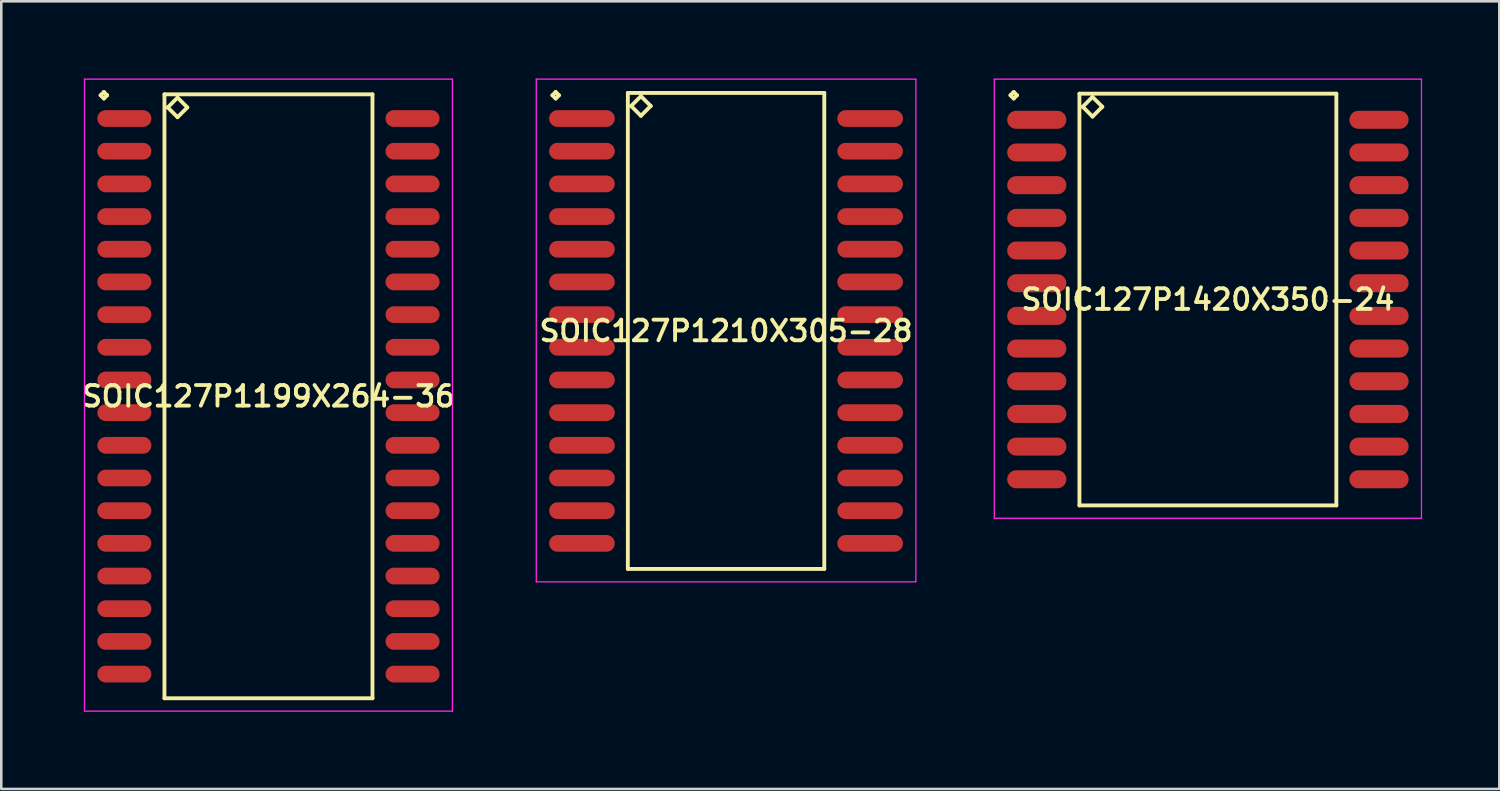
<source format=kicad_pcb>
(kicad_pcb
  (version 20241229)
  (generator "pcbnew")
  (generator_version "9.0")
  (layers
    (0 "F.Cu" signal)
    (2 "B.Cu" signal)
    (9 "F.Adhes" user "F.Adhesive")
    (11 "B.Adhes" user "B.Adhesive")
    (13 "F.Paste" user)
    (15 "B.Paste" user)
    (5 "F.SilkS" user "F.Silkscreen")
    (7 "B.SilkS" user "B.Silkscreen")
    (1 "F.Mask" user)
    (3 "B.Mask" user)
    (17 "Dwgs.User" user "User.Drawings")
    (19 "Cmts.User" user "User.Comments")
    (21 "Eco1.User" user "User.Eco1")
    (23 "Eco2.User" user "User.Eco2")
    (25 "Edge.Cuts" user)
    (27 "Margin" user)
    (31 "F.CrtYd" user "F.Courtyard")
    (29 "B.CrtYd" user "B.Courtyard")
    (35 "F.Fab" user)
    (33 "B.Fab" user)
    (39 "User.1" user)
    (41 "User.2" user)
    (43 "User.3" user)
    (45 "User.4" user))
  (footprint "SOIC127P1199X264-36"
    (layer "F.Cu")
    (at 7.383 12.351)
    (property "Reference" "SOIC127P1199X264-36" (at 0 0 0) (layer "F.SilkS") (effects (font (size 0.8 0.8) (thickness 0.15))))
    (attr smd)
    (fp_line (start -6.523 -11.699) (end -6.396 -11.826) (stroke (width 0.15) (type solid)) (layer "F.SilkS"))
    (fp_line (start -6.396 -11.826) (end -6.269 -11.699) (stroke (width 0.15) (type solid)) (layer "F.SilkS"))
    (fp_line (start -6.396 -11.572) (end -6.523 -11.699) (stroke (width 0.15) (type solid)) (layer "F.SilkS"))
    (fp_line (start -6.269 -11.699) (end -6.396 -11.572) (stroke (width 0.15) (type solid)) (layer "F.SilkS"))
    (fp_line (start -4.042 -11.735) (end -4.042 11.735) (stroke (width 0.15) (type solid)) (layer "F.SilkS"))
    (fp_line (start -4.042 11.735) (end 4.042 11.735) (stroke (width 0.15) (type solid)) (layer "F.SilkS"))
    (fp_line (start -3.915 -11.227) (end -3.534 -11.608) (stroke (width 0.15) (type solid)) (layer "F.SilkS"))
    (fp_line (start -3.534 -11.608) (end -3.153 -11.227) (stroke (width 0.15) (type solid)) (layer "F.SilkS"))
    (fp_line (start -3.534 -10.846) (end -3.915 -11.227) (stroke (width 0.15) (type solid)) (layer "F.SilkS"))
    (fp_line (start -3.153 -11.227) (end -3.534 -10.846) (stroke (width 0.15) (type solid)) (layer "F.SilkS"))
    (fp_line (start 4.042 -11.735) (end -4.042 -11.735) (stroke (width 0.15) (type solid)) (layer "F.SilkS"))
    (fp_line (start 4.042 11.735) (end 4.042 -11.735) (stroke (width 0.15) (type solid)) (layer "F.SilkS"))
    (fp_line (start -7.15 -12.326) (end 7.15 -12.326) (stroke (width 0.05) (type solid)) (layer "F.CrtYd"))
    (fp_line (start -7.15 12.235) (end -7.15 -12.326) (stroke (width 0.05) (type solid)) (layer "F.CrtYd"))
    (fp_line (start 7.15 -12.326) (end 7.15 12.235) (stroke (width 0.05) (type solid)) (layer "F.CrtYd"))
    (fp_line (start 7.15 12.235) (end -7.15 12.235) (stroke (width 0.05) (type solid)) (layer "F.CrtYd"))
    (pad "1" smd oval (at -5.6 -10.795) (size 2.1 0.65) (layers "F.Cu" "F.Mask" "F.Paste"))
    (pad "2" smd oval (at -5.6 -9.525) (size 2.1 0.65) (layers "F.Cu" "F.Mask" "F.Paste"))
    (pad "3" smd oval (at -5.6 -8.255) (size 2.1 0.65) (layers "F.Cu" "F.Mask" "F.Paste"))
    (pad "4" smd oval (at -5.6 -6.985) (size 2.1 0.65) (layers "F.Cu" "F.Mask" "F.Paste"))
    (pad "5" smd oval (at -5.6 -5.715) (size 2.1 0.65) (layers "F.Cu" "F.Mask" "F.Paste"))
    (pad "6" smd oval (at -5.6 -4.445) (size 2.1 0.65) (layers "F.Cu" "F.Mask" "F.Paste"))
    (pad "7" smd oval (at -5.6 -3.175) (size 2.1 0.65) (layers "F.Cu" "F.Mask" "F.Paste"))
    (pad "8" smd oval (at -5.6 -1.905) (size 2.1 0.65) (layers "F.Cu" "F.Mask" "F.Paste"))
    (pad "9" smd oval (at -5.6 -0.635) (size 2.1 0.65) (layers "F.Cu" "F.Mask" "F.Paste"))
    (pad "10" smd oval (at -5.6 0.635) (size 2.1 0.65) (layers "F.Cu" "F.Mask" "F.Paste"))
    (pad "11" smd oval (at -5.6 1.905) (size 2.1 0.65) (layers "F.Cu" "F.Mask" "F.Paste"))
    (pad "12" smd oval (at -5.6 3.175) (size 2.1 0.65) (layers "F.Cu" "F.Mask" "F.Paste"))
    (pad "13" smd oval (at -5.6 4.445) (size 2.1 0.65) (layers "F.Cu" "F.Mask" "F.Paste"))
    (pad "14" smd oval (at -5.6 5.715) (size 2.1 0.65) (layers "F.Cu" "F.Mask" "F.Paste"))
    (pad "15" smd oval (at -5.6 6.985) (size 2.1 0.65) (layers "F.Cu" "F.Mask" "F.Paste"))
    (pad "16" smd oval (at -5.6 8.255) (size 2.1 0.65) (layers "F.Cu" "F.Mask" "F.Paste"))
    (pad "17" smd oval (at -5.6 9.525) (size 2.1 0.65) (layers "F.Cu" "F.Mask" "F.Paste"))
    (pad "18" smd oval (at -5.6 10.795) (size 2.1 0.65) (layers "F.Cu" "F.Mask" "F.Paste"))
    (pad "19" smd oval (at 5.6 10.795) (size 2.1 0.65) (layers "F.Cu" "F.Mask" "F.Paste"))
    (pad "20" smd oval (at 5.6 9.525) (size 2.1 0.65) (layers "F.Cu" "F.Mask" "F.Paste"))
    (pad "21" smd oval (at 5.6 8.255) (size 2.1 0.65) (layers "F.Cu" "F.Mask" "F.Paste"))
    (pad "22" smd oval (at 5.6 6.985) (size 2.1 0.65) (layers "F.Cu" "F.Mask" "F.Paste"))
    (pad "23" smd oval (at 5.6 5.715) (size 2.1 0.65) (layers "F.Cu" "F.Mask" "F.Paste"))
    (pad "24" smd oval (at 5.6 4.445) (size 2.1 0.65) (layers "F.Cu" "F.Mask" "F.Paste"))
    (pad "25" smd oval (at 5.6 3.175) (size 2.1 0.65) (layers "F.Cu" "F.Mask" "F.Paste"))
    (pad "26" smd oval (at 5.6 1.905) (size 2.1 0.65) (layers "F.Cu" "F.Mask" "F.Paste"))
    (pad "27" smd oval (at 5.6 0.635) (size 2.1 0.65) (layers "F.Cu" "F.Mask" "F.Paste"))
    (pad "28" smd oval (at 5.6 -0.635) (size 2.1 0.65) (layers "F.Cu" "F.Mask" "F.Paste"))
    (pad "29" smd oval (at 5.6 -1.905) (size 2.1 0.65) (layers "F.Cu" "F.Mask" "F.Paste"))
    (pad "30" smd oval (at 5.6 -3.175) (size 2.1 0.65) (layers "F.Cu" "F.Mask" "F.Paste"))
    (pad "31" smd oval (at 5.6 -4.445) (size 2.1 0.65) (layers "F.Cu" "F.Mask" "F.Paste"))
    (pad "32" smd oval (at 5.6 -5.715) (size 2.1 0.65) (layers "F.Cu" "F.Mask" "F.Paste"))
    (pad "33" smd oval (at 5.6 -6.985) (size 2.1 0.65) (layers "F.Cu" "F.Mask" "F.Paste"))
    (pad "34" smd oval (at 5.6 -8.255) (size 2.1 0.65) (layers "F.Cu" "F.Mask" "F.Paste"))
    (pad "35" smd oval (at 5.6 -9.525) (size 2.1 0.65) (layers "F.Cu" "F.Mask" "F.Paste"))
    (pad "36" smd oval (at 5.6 -10.795) (size 2.1 0.65) (layers "F.Cu" "F.Mask" "F.Paste")))
  (footprint "SOIC127P1420X350-24"
    (layer "F.Cu")
    (at 43.891 8.591)
    (property "Reference" "SOIC127P1420X350-24" (at 0 0 0) (layer "F.SilkS") (effects (font (size 0.8 0.8) (thickness 0.15))))
    (attr smd)
    (fp_line (start -7.673 -7.939) (end -7.546 -8.066) (stroke (width 0.15) (type solid)) (layer "F.SilkS"))
    (fp_line (start -7.546 -8.066) (end -7.419 -7.939) (stroke (width 0.15) (type solid)) (layer "F.SilkS"))
    (fp_line (start -7.546 -7.812) (end -7.673 -7.939) (stroke (width 0.15) (type solid)) (layer "F.SilkS"))
    (fp_line (start -7.419 -7.939) (end -7.546 -7.812) (stroke (width 0.15) (type solid)) (layer "F.SilkS"))
    (fp_line (start -4.992 -8) (end -4.992 8) (stroke (width 0.15) (type solid)) (layer "F.SilkS"))
    (fp_line (start -4.992 8) (end 4.992 8) (stroke (width 0.15) (type solid)) (layer "F.SilkS"))
    (fp_line (start -4.865 -7.492) (end -4.484 -7.873) (stroke (width 0.15) (type solid)) (layer "F.SilkS"))
    (fp_line (start -4.484 -7.873) (end -4.103 -7.492) (stroke (width 0.15) (type solid)) (layer "F.SilkS"))
    (fp_line (start -4.484 -7.111) (end -4.865 -7.492) (stroke (width 0.15) (type solid)) (layer "F.SilkS"))
    (fp_line (start -4.103 -7.492) (end -4.484 -7.111) (stroke (width 0.15) (type solid)) (layer "F.SilkS"))
    (fp_line (start 4.992 -8) (end -4.992 -8) (stroke (width 0.15) (type solid)) (layer "F.SilkS"))
    (fp_line (start 4.992 8) (end 4.992 -8) (stroke (width 0.15) (type solid)) (layer "F.SilkS"))
    (fp_line (start -8.3 -8.566) (end 8.3 -8.566) (stroke (width 0.05) (type solid)) (layer "F.CrtYd"))
    (fp_line (start -8.3 8.5) (end -8.3 -8.566) (stroke (width 0.05) (type solid)) (layer "F.CrtYd"))
    (fp_line (start 8.3 -8.566) (end 8.3 8.5) (stroke (width 0.05) (type solid)) (layer "F.CrtYd"))
    (fp_line (start 8.3 8.5) (end -8.3 8.5) (stroke (width 0.05) (type solid)) (layer "F.CrtYd"))
    (pad "1" smd oval (at -6.65 -6.985) (size 2.3 0.7) (layers "F.Cu" "F.Mask" "F.Paste"))
    (pad "2" smd oval (at -6.65 -5.715) (size 2.3 0.7) (layers "F.Cu" "F.Mask" "F.Paste"))
    (pad "3" smd oval (at -6.65 -4.445) (size 2.3 0.7) (layers "F.Cu" "F.Mask" "F.Paste"))
    (pad "4" smd oval (at -6.65 -3.175) (size 2.3 0.7) (layers "F.Cu" "F.Mask" "F.Paste"))
    (pad "5" smd oval (at -6.65 -1.905) (size 2.3 0.7) (layers "F.Cu" "F.Mask" "F.Paste"))
    (pad "6" smd oval (at -6.65 -0.635) (size 2.3 0.7) (layers "F.Cu" "F.Mask" "F.Paste"))
    (pad "7" smd oval (at -6.65 0.635) (size 2.3 0.7) (layers "F.Cu" "F.Mask" "F.Paste"))
    (pad "8" smd oval (at -6.65 1.905) (size 2.3 0.7) (layers "F.Cu" "F.Mask" "F.Paste"))
    (pad "9" smd oval (at -6.65 3.175) (size 2.3 0.7) (layers "F.Cu" "F.Mask" "F.Paste"))
    (pad "10" smd oval (at -6.65 4.445) (size 2.3 0.7) (layers "F.Cu" "F.Mask" "F.Paste"))
    (pad "11" smd oval (at -6.65 5.715) (size 2.3 0.7) (layers "F.Cu" "F.Mask" "F.Paste"))
    (pad "12" smd oval (at -6.65 6.985) (size 2.3 0.7) (layers "F.Cu" "F.Mask" "F.Paste"))
    (pad "13" smd oval (at 6.65 6.985) (size 2.3 0.7) (layers "F.Cu" "F.Mask" "F.Paste"))
    (pad "14" smd oval (at 6.65 5.715) (size 2.3 0.7) (layers "F.Cu" "F.Mask" "F.Paste"))
    (pad "15" smd oval (at 6.65 4.445) (size 2.3 0.7) (layers "F.Cu" "F.Mask" "F.Paste"))
    (pad "16" smd oval (at 6.65 3.175) (size 2.3 0.7) (layers "F.Cu" "F.Mask" "F.Paste"))
    (pad "17" smd oval (at 6.65 1.905) (size 2.3 0.7) (layers "F.Cu" "F.Mask" "F.Paste"))
    (pad "18" smd oval (at 6.65 0.635) (size 2.3 0.7) (layers "F.Cu" "F.Mask" "F.Paste"))
    (pad "19" smd oval (at 6.65 -0.635) (size 2.3 0.7) (layers "F.Cu" "F.Mask" "F.Paste"))
    (pad "20" smd oval (at 6.65 -1.905) (size 2.3 0.7) (layers "F.Cu" "F.Mask" "F.Paste"))
    (pad "21" smd oval (at 6.65 -3.175) (size 2.3 0.7) (layers "F.Cu" "F.Mask" "F.Paste"))
    (pad "22" smd oval (at 6.65 -4.445) (size 2.3 0.7) (layers "F.Cu" "F.Mask" "F.Paste"))
    (pad "23" smd oval (at 6.65 -5.715) (size 2.3 0.7) (layers "F.Cu" "F.Mask" "F.Paste"))
    (pad "24" smd oval (at 6.65 -6.985) (size 2.3 0.7) (layers "F.Cu" "F.Mask" "F.Paste")))
  (footprint "SOIC127P1210X305-28"
    (layer "F.Cu")
    (at 25.166 9.811)
    (property "Reference" "SOIC127P1210X305-28" (at 0 0 0) (layer "F.SilkS") (effects (font (size 0.8 0.8) (thickness 0.15))))
    (attr smd)
    (fp_line (start -6.748 -9.159) (end -6.621 -9.286) (stroke (width 0.15) (type solid)) (layer "F.SilkS"))
    (fp_line (start -6.621 -9.286) (end -6.494 -9.159) (stroke (width 0.15) (type solid)) (layer "F.SilkS"))
    (fp_line (start -6.621 -9.032) (end -6.748 -9.159) (stroke (width 0.15) (type solid)) (layer "F.SilkS"))
    (fp_line (start -6.494 -9.159) (end -6.621 -9.032) (stroke (width 0.15) (type solid)) (layer "F.SilkS"))
    (fp_line (start -3.817 -9.25) (end -3.817 9.25) (stroke (width 0.15) (type solid)) (layer "F.SilkS"))
    (fp_line (start -3.817 9.25) (end 3.817 9.25) (stroke (width 0.15) (type solid)) (layer "F.SilkS"))
    (fp_line (start -3.69 -8.742) (end -3.309 -9.123) (stroke (width 0.15) (type solid)) (layer "F.SilkS"))
    (fp_line (start -3.309 -9.123) (end -2.928 -8.742) (stroke (width 0.15) (type solid)) (layer "F.SilkS"))
    (fp_line (start -3.309 -8.361) (end -3.69 -8.742) (stroke (width 0.15) (type solid)) (layer "F.SilkS"))
    (fp_line (start -2.928 -8.742) (end -3.309 -8.361) (stroke (width 0.15) (type solid)) (layer "F.SilkS"))
    (fp_line (start 3.817 -9.25) (end -3.817 -9.25) (stroke (width 0.15) (type solid)) (layer "F.SilkS"))
    (fp_line (start 3.817 9.25) (end 3.817 -9.25) (stroke (width 0.15) (type solid)) (layer "F.SilkS"))
    (fp_line (start -7.375 -9.786) (end 7.375 -9.786) (stroke (width 0.05) (type solid)) (layer "F.CrtYd"))
    (fp_line (start -7.375 9.75) (end -7.375 -9.786) (stroke (width 0.05) (type solid)) (layer "F.CrtYd"))
    (fp_line (start 7.375 -9.786) (end 7.375 9.75) (stroke (width 0.05) (type solid)) (layer "F.CrtYd"))
    (fp_line (start 7.375 9.75) (end -7.375 9.75) (stroke (width 0.05) (type solid)) (layer "F.CrtYd"))
    (pad "1" smd oval (at -5.6 -8.255) (size 2.55 0.65) (layers "F.Cu" "F.Mask" "F.Paste"))
    (pad "2" smd oval (at -5.6 -6.985) (size 2.55 0.65) (layers "F.Cu" "F.Mask" "F.Paste"))
    (pad "3" smd oval (at -5.6 -5.715) (size 2.55 0.65) (layers "F.Cu" "F.Mask" "F.Paste"))
    (pad "4" smd oval (at -5.6 -4.445) (size 2.55 0.65) (layers "F.Cu" "F.Mask" "F.Paste"))
    (pad "5" smd oval (at -5.6 -3.175) (size 2.55 0.65) (layers "F.Cu" "F.Mask" "F.Paste"))
    (pad "6" smd oval (at -5.6 -1.905) (size 2.55 0.65) (layers "F.Cu" "F.Mask" "F.Paste"))
    (pad "7" smd oval (at -5.6 -0.635) (size 2.55 0.65) (layers "F.Cu" "F.Mask" "F.Paste"))
    (pad "8" smd oval (at -5.6 0.635) (size 2.55 0.65) (layers "F.Cu" "F.Mask" "F.Paste"))
    (pad "9" smd oval (at -5.6 1.905) (size 2.55 0.65) (layers "F.Cu" "F.Mask" "F.Paste"))
    (pad "10" smd oval (at -5.6 3.175) (size 2.55 0.65) (layers "F.Cu" "F.Mask" "F.Paste"))
    (pad "11" smd oval (at -5.6 4.445) (size 2.55 0.65) (layers "F.Cu" "F.Mask" "F.Paste"))
    (pad "12" smd oval (at -5.6 5.715) (size 2.55 0.65) (layers "F.Cu" "F.Mask" "F.Paste"))
    (pad "13" smd oval (at -5.6 6.985) (size 2.55 0.65) (layers "F.Cu" "F.Mask" "F.Paste"))
    (pad "14" smd oval (at -5.6 8.255) (size 2.55 0.65) (layers "F.Cu" "F.Mask" "F.Paste"))
    (pad "15" smd oval (at 5.6 8.255) (size 2.55 0.65) (layers "F.Cu" "F.Mask" "F.Paste"))
    (pad "16" smd oval (at 5.6 6.985) (size 2.55 0.65) (layers "F.Cu" "F.Mask" "F.Paste"))
    (pad "17" smd oval (at 5.6 5.715) (size 2.55 0.65) (layers "F.Cu" "F.Mask" "F.Paste"))
    (pad "18" smd oval (at 5.6 4.445) (size 2.55 0.65) (layers "F.Cu" "F.Mask" "F.Paste"))
    (pad "19" smd oval (at 5.6 3.175) (size 2.55 0.65) (layers "F.Cu" "F.Mask" "F.Paste"))
    (pad "20" smd oval (at 5.6 1.905) (size 2.55 0.65) (layers "F.Cu" "F.Mask" "F.Paste"))
    (pad "21" smd oval (at 5.6 0.635) (size 2.55 0.65) (layers "F.Cu" "F.Mask" "F.Paste"))
    (pad "22" smd oval (at 5.6 -0.635) (size 2.55 0.65) (layers "F.Cu" "F.Mask" "F.Paste"))
    (pad "23" smd oval (at 5.6 -1.905) (size 2.55 0.65) (layers "F.Cu" "F.Mask" "F.Paste"))
    (pad "24" smd oval (at 5.6 -3.175) (size 2.55 0.65) (layers "F.Cu" "F.Mask" "F.Paste"))
    (pad "25" smd oval (at 5.6 -4.445) (size 2.55 0.65) (layers "F.Cu" "F.Mask" "F.Paste"))
    (pad "26" smd oval (at 5.6 -5.715) (size 2.55 0.65) (layers "F.Cu" "F.Mask" "F.Paste"))
    (pad "27" smd oval (at 5.6 -6.985) (size 2.55 0.65) (layers "F.Cu" "F.Mask" "F.Paste"))
    (pad "28" smd oval (at 5.6 -8.255) (size 2.55 0.65) (layers "F.Cu" "F.Mask" "F.Paste")))
  (gr_rect
    (start -3 -3)
    (end 55.216 27.611)
    (stroke (width 0.1) (type default))
    (fill no)
    (layer "Edge.Cuts")))
</source>
